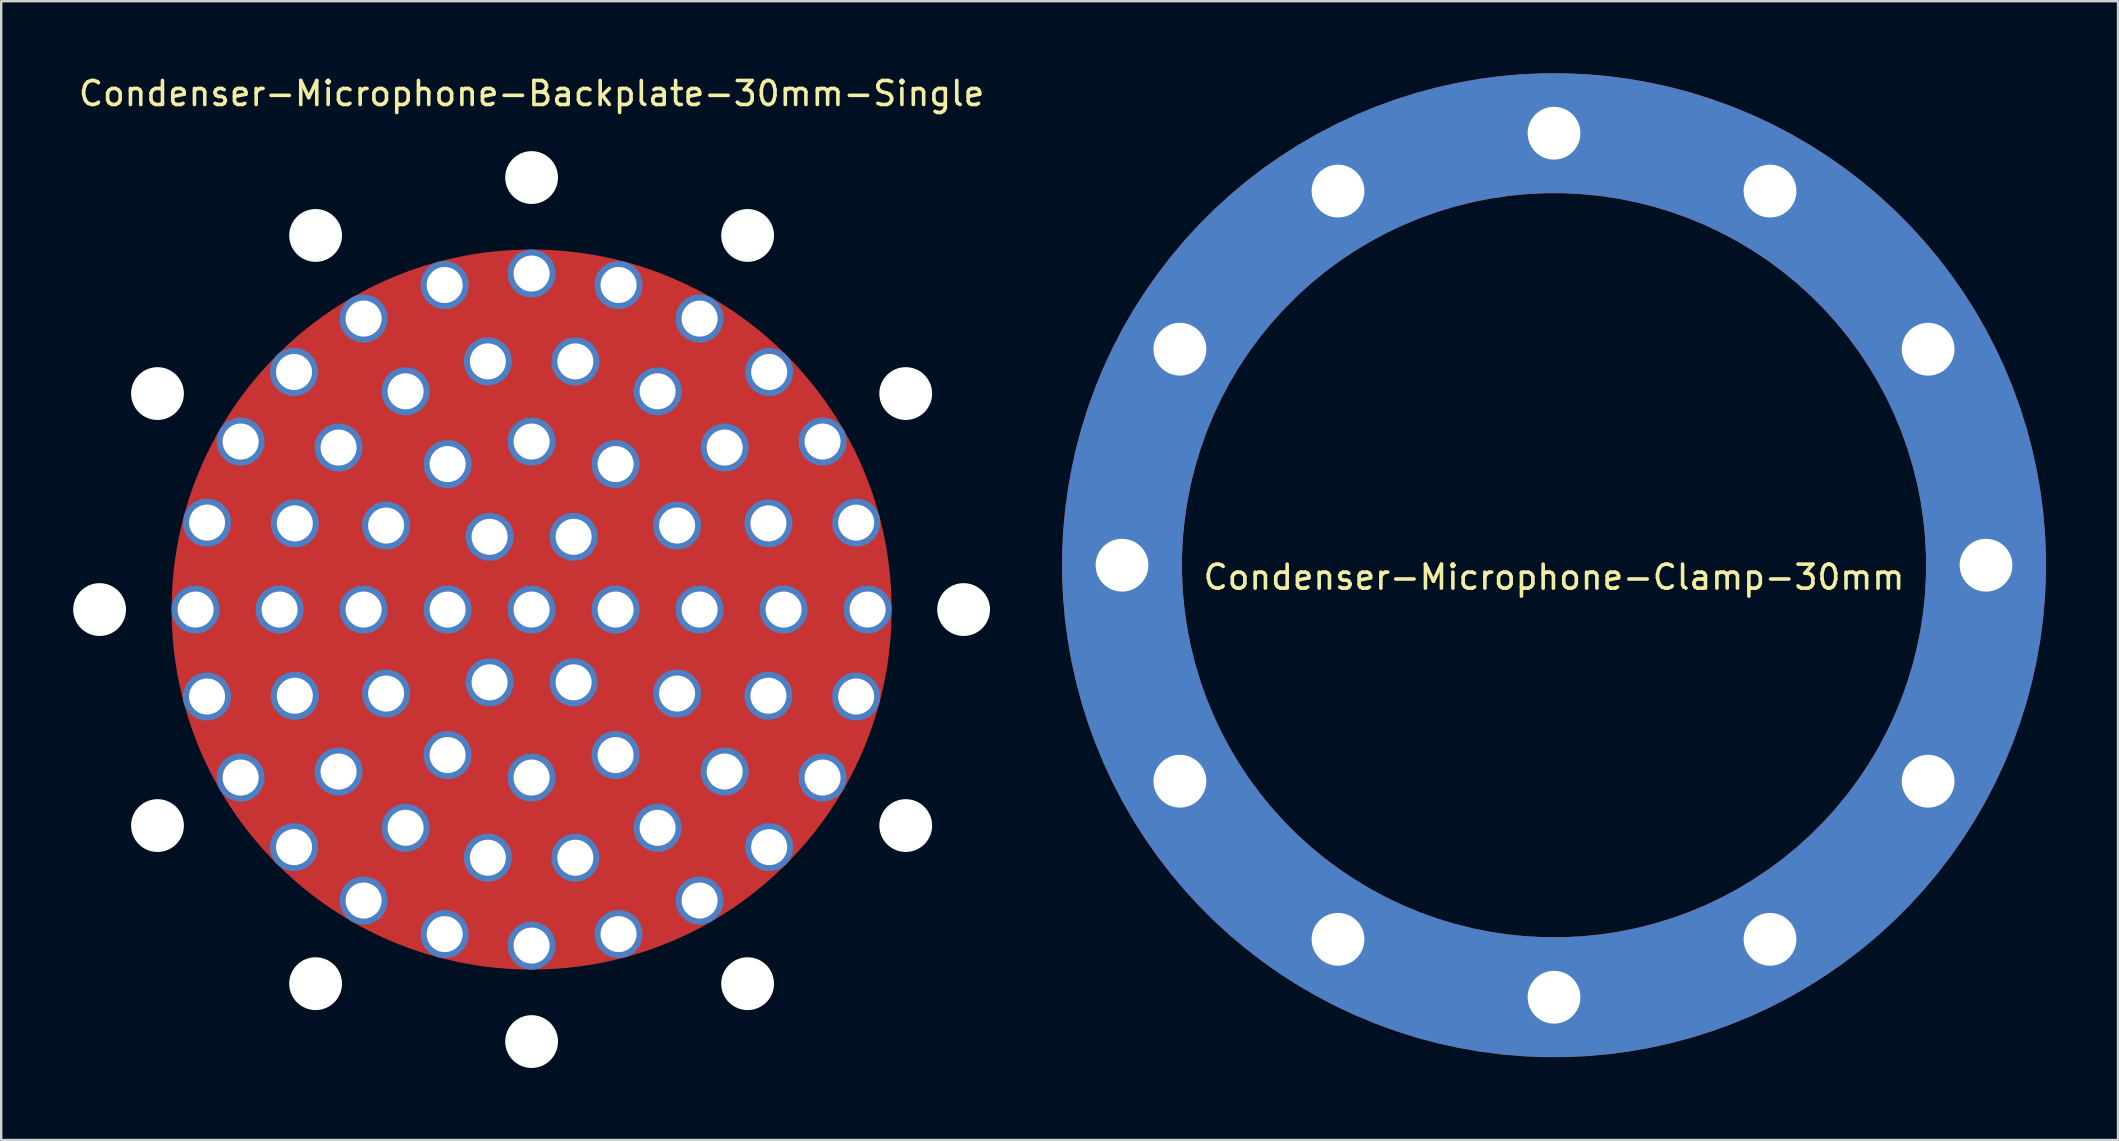
<source format=kicad_pcb>
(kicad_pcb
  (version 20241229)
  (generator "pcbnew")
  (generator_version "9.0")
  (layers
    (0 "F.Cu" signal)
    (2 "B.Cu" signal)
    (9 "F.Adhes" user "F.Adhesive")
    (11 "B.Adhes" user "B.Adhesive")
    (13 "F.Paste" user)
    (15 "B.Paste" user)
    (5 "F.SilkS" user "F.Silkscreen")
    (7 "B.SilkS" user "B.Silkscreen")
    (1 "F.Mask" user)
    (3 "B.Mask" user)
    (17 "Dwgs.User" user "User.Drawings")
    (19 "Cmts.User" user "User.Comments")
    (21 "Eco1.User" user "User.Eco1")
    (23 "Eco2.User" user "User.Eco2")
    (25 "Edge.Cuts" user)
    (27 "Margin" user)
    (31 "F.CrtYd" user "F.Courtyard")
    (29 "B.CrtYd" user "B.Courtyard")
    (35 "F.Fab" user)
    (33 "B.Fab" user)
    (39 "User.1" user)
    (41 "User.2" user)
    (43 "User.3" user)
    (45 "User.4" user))
  (footprint "Condenser-Microphone-Clamp-30mm"
    (layer "F.Cu")
    (at 61.7 20.5)
    (property "Reference" "Condenser-Microphone-Clamp-30mm" (at 0 0.5 0) (layer "F.SilkS") (effects (font (size 1 1) (thickness 0.15))))
    (attr through_hole)
    (pad "2" thru_hole circle (at -18 0 180) (size 3 3) (drill 2.2) (layers "*.Cu" "*.Mask"))
    (pad "2" thru_hole circle (at -15.588 -9 150) (size 3 3) (drill 2.2) (layers "*.Cu" "*.Mask"))
    (pad "2" thru_hole circle (at -15.588 9 210) (size 3 3) (drill 2.2) (layers "*.Cu" "*.Mask"))
    (pad "2" thru_hole circle (at -9 -15.588 120) (size 3 3) (drill 2.2) (layers "*.Cu" "*.Mask"))
    (pad "2" thru_hole circle (at -9 15.588 240) (size 3 3) (drill 2.2) (layers "*.Cu" "*.Mask"))
    (pad "2" thru_hole circle (at 0 -18 90) (size 3 3) (drill 2.2) (layers "*.Cu" "*.Mask"))
    (pad "2" thru_hole circle (at 0 18 270) (size 3 3) (drill 2.2) (layers "*.Cu" "*.Mask"))
    (pad "2" thru_hole circle (at 9 -15.588 60) (size 3 3) (drill 2.2) (layers "*.Cu" "*.Mask"))
    (pad "2" thru_hole circle (at 9 15.588 300) (size 3 3) (drill 2.2) (layers "*.Cu" "*.Mask"))
    (pad "2" thru_hole circle (at 15.588 -9 30) (size 3 3) (drill 2.2) (layers "*.Cu" "*.Mask"))
    (pad "2" thru_hole circle (at 15.588 9 330) (size 3 3) (drill 2.2) (layers "*.Cu" "*.Mask"))
    (pad "2" thru_hole custom (at 18 0) (size 3 3) (drill 2.2) (layers "*.Cu" "*.Mask") (options (anchor circle)) (primitives (gr_circle (center -18 0) (end 0 0) (width 5) (fill no)))))
  (footprint "Condenser-Microphone-Backplate-30mm-Single"
    (layer "F.Cu")
    (at 19.1 22.348)
    (property "Reference" "Condenser-Microphone-Backplate-30mm-Single" (at 0 -21.5 0) (layer "F.SilkS") (effects (font (size 1 1) (thickness 0.15))))
    (attr through_hole)
    (pad "" np_thru_hole circle (at -18 0 180) (size 2.2 2.2) (drill 2.2) (layers "*.Cu" "*.Mask"))
    (pad "" np_thru_hole circle (at -15.588 -9 150) (size 2.2 2.2) (drill 2.2) (layers "*.Cu" "*.Mask"))
    (pad "" np_thru_hole circle (at -15.588 9 210) (size 2.2 2.2) (drill 2.2) (layers "*.Cu" "*.Mask"))
    (pad "" np_thru_hole circle (at -9 -15.588 120) (size 2.2 2.2) (drill 2.2) (layers "*.Cu" "*.Mask"))
    (pad "" np_thru_hole circle (at -9 15.588 240) (size 2.2 2.2) (drill 2.2) (layers "*.Cu" "*.Mask"))
    (pad "" np_thru_hole circle (at 0 -18 90) (size 2.2 2.2) (drill 2.2) (layers "*.Cu" "*.Mask"))
    (pad "" np_thru_hole circle (at 0 18 270) (size 2.2 2.2) (drill 2.2) (layers "*.Cu" "*.Mask"))
    (pad "" np_thru_hole circle (at 9 -15.588 60) (size 2.2 2.2) (drill 2.2) (layers "*.Cu" "*.Mask"))
    (pad "" np_thru_hole circle (at 9 15.588 300) (size 2.2 2.2) (drill 2.2) (layers "*.Cu" "*.Mask"))
    (pad "" np_thru_hole circle (at 15.588 -9 30) (size 2.2 2.2) (drill 2.2) (layers "*.Cu" "*.Mask"))
    (pad "" np_thru_hole circle (at 15.588 9 330) (size 2.2 2.2) (drill 2.2) (layers "*.Cu" "*.Mask"))
    (pad "" np_thru_hole circle (at 18 0) (size 2.2 2.2) (drill 2.2) (layers "*.Cu" "*.Mask"))
    (pad "1" thru_hole circle (at -14 0 180) (size 2 2) (drill 1.5) (layers "*.Cu" "*.Mask"))
    (pad "1" thru_hole circle (at -13.523 -3.623 165) (size 2 2) (drill 1.5) (layers "*.Cu" "*.Mask"))
    (pad "1" thru_hole circle (at -13.523 3.623 195) (size 2 2) (drill 1.5) (layers "*.Cu" "*.Mask"))
    (pad "1" thru_hole circle (at -12.124 -7 150) (size 2 2) (drill 1.5) (layers "*.Cu" "*.Mask"))
    (pad "1" thru_hole circle (at -12.124 7 210) (size 2 2) (drill 1.5) (layers "*.Cu" "*.Mask"))
    (pad "1" thru_hole circle (at -10.5 0 180) (size 2 2) (drill 1.5) (layers "*.Cu" "*.Mask"))
    (pad "1" thru_hole circle (at -9.899 -9.899 135) (size 2 2) (drill 1.5) (layers "*.Cu" "*.Mask"))
    (pad "1" thru_hole circle (at -9.899 9.899 225) (size 2 2) (drill 1.5) (layers "*.Cu" "*.Mask"))
    (pad "1" thru_hole circle (at -9.867 -3.591 160) (size 2 2) (drill 1.5) (layers "*.Cu" "*.Mask"))
    (pad "1" thru_hole circle (at -9.867 3.591 200) (size 2 2) (drill 1.5) (layers "*.Cu" "*.Mask"))
    (pad "1" thru_hole circle (at -8.043 -6.749 140) (size 2 2) (drill 1.5) (layers "*.Cu" "*.Mask"))
    (pad "1" thru_hole circle (at -8.043 6.749 220) (size 2 2) (drill 1.5) (layers "*.Cu" "*.Mask"))
    (pad "1" thru_hole circle (at -7 -12.124 120) (size 2 2) (drill 1.5) (layers "*.Cu" "*.Mask"))
    (pad "1" thru_hole circle (at -7 0 180) (size 2 2) (drill 1.5) (layers "*.Cu" "*.Mask"))
    (pad "1" thru_hole circle (at -7 12.124 240) (size 2 2) (drill 1.5) (layers "*.Cu" "*.Mask"))
    (pad "1" thru_hole circle (at -6.062 -3.5 150) (size 2 2) (drill 1.5) (layers "*.Cu" "*.Mask"))
    (pad "1" thru_hole circle (at -6.062 3.5 210) (size 2 2) (drill 1.5) (layers "*.Cu" "*.Mask"))
    (pad "1" thru_hole circle (at -5.25 -9.093 120) (size 2 2) (drill 1.5) (layers "*.Cu" "*.Mask"))
    (pad "1" thru_hole circle (at -5.25 9.093 240) (size 2 2) (drill 1.5) (layers "*.Cu" "*.Mask"))
    (pad "1" thru_hole circle (at -3.623 -13.523 105) (size 2 2) (drill 1.5) (layers "*.Cu" "*.Mask"))
    (pad "1" thru_hole circle (at -3.623 13.523 255) (size 2 2) (drill 1.5) (layers "*.Cu" "*.Mask"))
    (pad "1" thru_hole circle (at -3.5 -6.062 120) (size 2 2) (drill 1.5) (layers "*.Cu" "*.Mask"))
    (pad "1" thru_hole circle (at -3.5 0 180) (size 2 2) (drill 1.5) (layers "*.Cu" "*.Mask"))
    (pad "1" thru_hole circle (at -3.5 6.062 240) (size 2 2) (drill 1.5) (layers "*.Cu" "*.Mask"))
    (pad "1" thru_hole circle (at -1.823 -10.34 100) (size 2 2) (drill 1.5) (layers "*.Cu" "*.Mask"))
    (pad "1" thru_hole circle (at -1.823 10.34 260) (size 2 2) (drill 1.5) (layers "*.Cu" "*.Mask"))
    (pad "1" thru_hole circle (at -1.75 -3.031 120) (size 2 2) (drill 1.5) (layers "*.Cu" "*.Mask"))
    (pad "1" thru_hole circle (at -1.75 3.031 240) (size 2 2) (drill 1.5) (layers "*.Cu" "*.Mask"))
    (pad "1" thru_hole circle (at 0 -14 90) (size 2 2) (drill 1.5) (layers "*.Cu" "*.Mask"))
    (pad "1" thru_hole circle (at 0 -7 90) (size 2 2) (drill 1.5) (layers "*.Cu" "*.Mask"))
    (pad "1" thru_hole circle (at 0 0 120) (size 2 2) (drill 1.5) (layers "*.Cu" "*.Mask"))
    (pad "1" connect circle (at 0 0 120) (size 30 30) (layers "F.Cu" "F.Mask"))
    (pad "1" thru_hole circle (at 0 7 270) (size 2 2) (drill 1.5) (layers "*.Cu" "*.Mask"))
    (pad "1" thru_hole circle (at 0 14 270) (size 2 2) (drill 1.5) (layers "*.Cu" "*.Mask"))
    (pad "1" thru_hole circle (at 1.75 -3.031 60) (size 2 2) (drill 1.5) (layers "*.Cu" "*.Mask"))
    (pad "1" thru_hole circle (at 1.75 3.031 300) (size 2 2) (drill 1.5) (layers "*.Cu" "*.Mask"))
    (pad "1" thru_hole circle (at 1.823 -10.34 80) (size 2 2) (drill 1.5) (layers "*.Cu" "*.Mask"))
    (pad "1" thru_hole circle (at 1.823 10.34 280) (size 2 2) (drill 1.5) (layers "*.Cu" "*.Mask"))
    (pad "1" thru_hole circle (at 3.5 -6.062 60) (size 2 2) (drill 1.5) (layers "*.Cu" "*.Mask"))
    (pad "1" thru_hole circle (at 3.5 0) (size 2 2) (drill 1.5) (layers "*.Cu" "*.Mask"))
    (pad "1" thru_hole circle (at 3.5 6.062 300) (size 2 2) (drill 1.5) (layers "*.Cu" "*.Mask"))
    (pad "1" thru_hole circle (at 3.623 -13.523 75) (size 2 2) (drill 1.5) (layers "*.Cu" "*.Mask"))
    (pad "1" thru_hole circle (at 3.623 13.523 285) (size 2 2) (drill 1.5) (layers "*.Cu" "*.Mask"))
    (pad "1" thru_hole circle (at 5.25 -9.093 60) (size 2 2) (drill 1.5) (layers "*.Cu" "*.Mask"))
    (pad "1" thru_hole circle (at 5.25 9.093 300) (size 2 2) (drill 1.5) (layers "*.Cu" "*.Mask"))
    (pad "1" thru_hole circle (at 6.062 -3.5 30) (size 2 2) (drill 1.5) (layers "*.Cu" "*.Mask"))
    (pad "1" thru_hole circle (at 6.062 3.5 330) (size 2 2) (drill 1.5) (layers "*.Cu" "*.Mask"))
    (pad "1" thru_hole circle (at 7 -12.124 60) (size 2 2) (drill 1.5) (layers "*.Cu" "*.Mask"))
    (pad "1" thru_hole circle (at 7 0) (size 2 2) (drill 1.5) (layers "*.Cu" "*.Mask"))
    (pad "1" thru_hole circle (at 7 12.124 300) (size 2 2) (drill 1.5) (layers "*.Cu" "*.Mask"))
    (pad "1" thru_hole circle (at 8.043 -6.749 40) (size 2 2) (drill 1.5) (layers "*.Cu" "*.Mask"))
    (pad "1" thru_hole circle (at 8.043 6.749 320) (size 2 2) (drill 1.5) (layers "*.Cu" "*.Mask"))
    (pad "1" thru_hole circle (at 9.867 -3.591 20) (size 2 2) (drill 1.5) (layers "*.Cu" "*.Mask"))
    (pad "1" thru_hole circle (at 9.867 3.591 340) (size 2 2) (drill 1.5) (layers "*.Cu" "*.Mask"))
    (pad "1" thru_hole circle (at 9.899 -9.899 45) (size 2 2) (drill 1.5) (layers "*.Cu" "*.Mask"))
    (pad "1" thru_hole circle (at 9.899 9.899 315) (size 2 2) (drill 1.5) (layers "*.Cu" "*.Mask"))
    (pad "1" thru_hole circle (at 10.5 0) (size 2 2) (drill 1.5) (layers "*.Cu" "*.Mask"))
    (pad "1" thru_hole circle (at 12.124 -7 30) (size 2 2) (drill 1.5) (layers "*.Cu" "*.Mask"))
    (pad "1" thru_hole circle (at 12.124 7 330) (size 2 2) (drill 1.5) (layers "*.Cu" "*.Mask"))
    (pad "1" thru_hole circle (at 13.523 -3.623 15) (size 2 2) (drill 1.5) (layers "*.Cu" "*.Mask"))
    (pad "1" thru_hole circle (at 13.523 3.623 345) (size 2 2) (drill 1.5) (layers "*.Cu" "*.Mask"))
    (pad "1" thru_hole circle (at 14 0) (size 2 2) (drill 1.5) (layers "*.Cu" "*.Mask")))
  (gr_rect
    (start -3 -3)
    (end 85.2 44.448)
    (stroke (width 0.1) (type default))
    (fill no)
    (layer "Edge.Cuts")))
</source>
